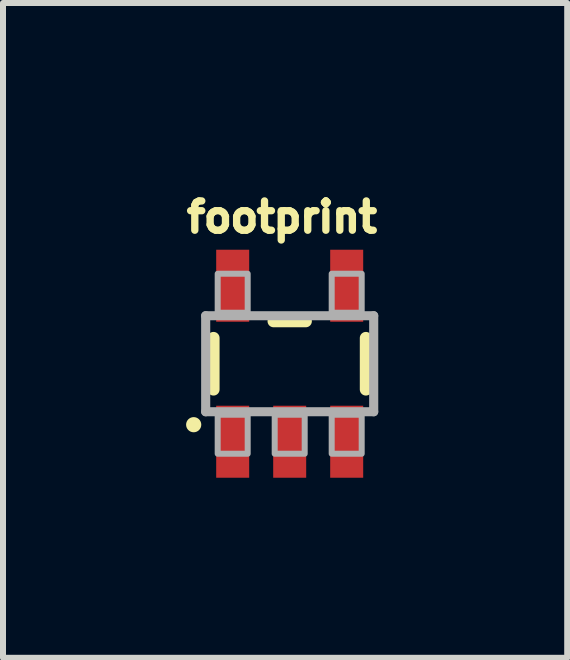
<source format=kicad_pcb>
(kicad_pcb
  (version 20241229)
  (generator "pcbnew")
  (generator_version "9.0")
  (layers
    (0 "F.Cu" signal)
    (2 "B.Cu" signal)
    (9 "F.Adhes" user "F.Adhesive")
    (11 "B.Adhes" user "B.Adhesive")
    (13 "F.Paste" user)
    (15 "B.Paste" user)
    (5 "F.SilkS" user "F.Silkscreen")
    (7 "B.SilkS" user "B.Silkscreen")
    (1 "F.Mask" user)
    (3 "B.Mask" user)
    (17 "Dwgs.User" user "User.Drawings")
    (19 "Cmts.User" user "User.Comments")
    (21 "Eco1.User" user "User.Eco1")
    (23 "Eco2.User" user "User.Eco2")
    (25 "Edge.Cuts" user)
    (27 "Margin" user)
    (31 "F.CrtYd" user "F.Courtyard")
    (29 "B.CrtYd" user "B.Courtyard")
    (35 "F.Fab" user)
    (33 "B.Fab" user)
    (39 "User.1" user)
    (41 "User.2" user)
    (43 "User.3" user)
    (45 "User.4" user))
  (footprint "footprint"
    (layer "F.Cu")
    (at 1.778 3.012)
    (property "Reference" "footprint" (at -1.778 -2.159 0) (layer "F.SilkS") (effects (font (size 0.488 0.488) (thickness 0.122)) (justify left bottom)))
    (fp_line (start -1.27 0.429) (end -1.27 -0.429) (stroke (width 0.203) (type solid)) (layer "F.SilkS"))
    (fp_line (start -0.268 -0.709) (end 0.268 -0.709) (stroke (width 0.203) (type solid)) (layer "F.SilkS"))
    (fp_line (start 1.27 -0.429) (end 1.27 0.429) (stroke (width 0.203) (type solid)) (layer "F.SilkS"))
    (fp_circle (center -1.6 1.016) (end -1.537 1.016) (stroke (width 0.127) (type solid)) (fill yes) (layer "F.SilkS"))
    (fp_line (start -1.4 -0.8) (end -1.4 0.8) (stroke (width 0.152) (type solid)) (layer "F.Fab"))
    (fp_line (start -1.4 -0.8) (end 1.4 -0.8) (stroke (width 0.152) (type solid)) (layer "F.Fab"))
    (fp_line (start 1.4 -0.8) (end 1.4 0.8) (stroke (width 0.152) (type solid)) (layer "F.Fab"))
    (fp_line (start 1.4 0.8) (end -1.4 0.8) (stroke (width 0.152) (type solid)) (layer "F.Fab"))
    (fp_poly (pts (xy -1.2 -0.85) (xy -0.7 -0.85) (xy -0.7 -1.5) (xy -1.2 -1.5)) (stroke (width 0.1) (type solid)) (fill no) (layer "F.Fab"))
    (fp_poly (pts (xy -1.2 1.5) (xy -0.7 1.5) (xy -0.7 0.85) (xy -1.2 0.85)) (stroke (width 0.1) (type solid)) (fill no) (layer "F.Fab"))
    (fp_poly (pts (xy -0.25 1.5) (xy 0.25 1.5) (xy 0.25 0.85) (xy -0.25 0.85)) (stroke (width 0.1) (type solid)) (fill no) (layer "F.Fab"))
    (fp_poly (pts (xy 0.7 -0.85) (xy 1.2 -0.85) (xy 1.2 -1.5) (xy 0.7 -1.5)) (stroke (width 0.1) (type solid)) (fill no) (layer "F.Fab"))
    (fp_poly (pts (xy 0.7 1.5) (xy 1.2 1.5) (xy 1.2 0.85) (xy 0.7 0.85)) (stroke (width 0.1) (type solid)) (fill no) (layer "F.Fab"))
    (pad "1" smd rect (at -0.95 1.3) (size 0.55 1.2) (layers "F.Cu" "F.Mask" "F.Paste"))
    (pad "2" smd rect (at 0 1.3) (size 0.55 1.2) (layers "F.Cu" "F.Mask" "F.Paste"))
    (pad "3" smd rect (at 0.95 1.3) (size 0.55 1.2) (layers "F.Cu" "F.Mask" "F.Paste"))
    (pad "4" smd rect (at 0.95 -1.3) (size 0.55 1.2) (layers "F.Cu" "F.Mask" "F.Paste"))
    (pad "5" smd rect (at -0.95 -1.3) (size 0.55 1.2) (layers "F.Cu" "F.Mask" "F.Paste")))
  (gr_rect
    (start -3 -3)
    (end 6.403 7.913)
    (stroke (width 0.1) (type default))
    (fill no)
    (layer "Edge.Cuts")))
</source>
